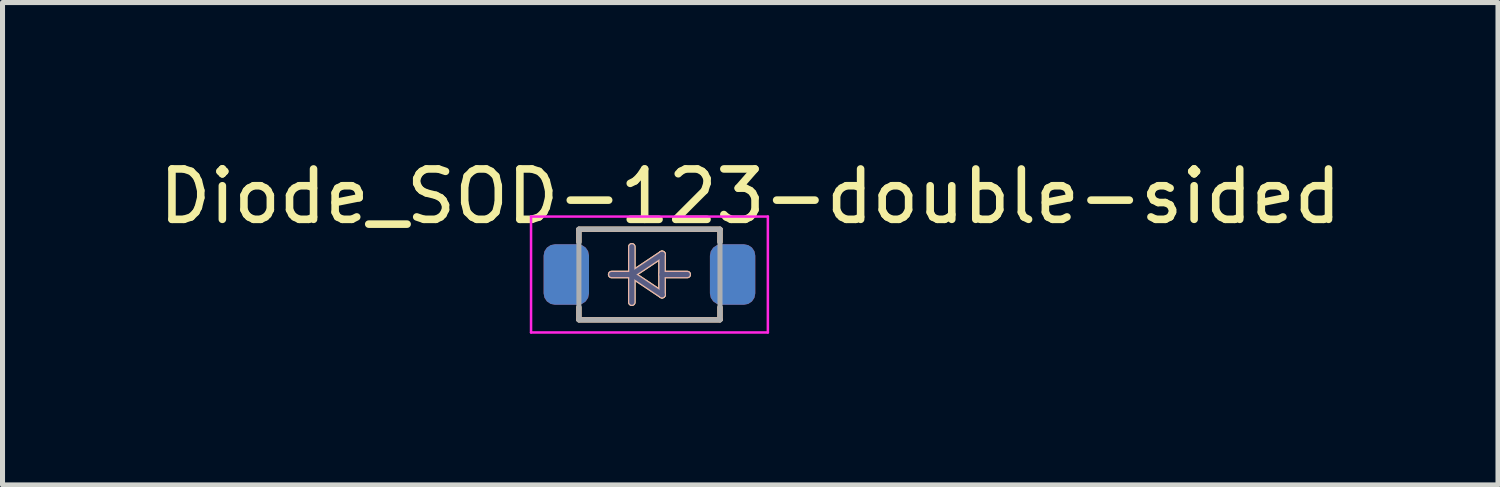
<source format=kicad_pcb>
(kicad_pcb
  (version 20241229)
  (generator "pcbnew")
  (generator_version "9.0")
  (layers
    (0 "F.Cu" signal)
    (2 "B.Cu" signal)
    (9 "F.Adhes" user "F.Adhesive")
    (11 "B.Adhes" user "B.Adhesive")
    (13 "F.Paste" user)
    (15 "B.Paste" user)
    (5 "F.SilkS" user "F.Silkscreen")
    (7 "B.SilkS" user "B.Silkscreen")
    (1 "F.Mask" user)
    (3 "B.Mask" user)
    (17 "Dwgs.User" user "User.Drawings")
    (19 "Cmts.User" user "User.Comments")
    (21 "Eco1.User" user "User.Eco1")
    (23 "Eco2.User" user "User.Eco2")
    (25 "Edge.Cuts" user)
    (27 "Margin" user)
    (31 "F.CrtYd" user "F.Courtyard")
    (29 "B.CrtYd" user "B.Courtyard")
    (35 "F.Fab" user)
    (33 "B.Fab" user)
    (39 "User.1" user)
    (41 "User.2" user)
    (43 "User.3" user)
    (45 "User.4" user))
  (footprint "Diode_SOD-123-double-sided"
    (layer "F.Cu")
    (at 9.839 2.398)
    (property "Reference" "Diode_SOD-123-double-sided" (at 2 -1.55 180) (layer "F.SilkS") (effects (font (size 1 1) (thickness 0.15))))
    (attr smd)
    (fp_line (start -1.4 -0.9) (end 1.4 -0.9) (stroke (width 0.1) (type default)) (layer "F.SilkS"))
    (fp_line (start -1.4 -0.895) (end -1.4 -0.645) (stroke (width 0.1) (type default)) (layer "F.SilkS"))
    (fp_line (start -1.4 0.65) (end -1.4 0.895) (stroke (width 0.1) (type default)) (layer "F.SilkS"))
    (fp_line (start -1.4 0.9) (end 1.4 0.9) (stroke (width 0.1) (type default)) (layer "F.SilkS"))
    (fp_line (start -0.75 0) (end -0.35 0) (stroke (width 0.15) (type solid)) (layer "F.SilkS"))
    (fp_line (start -0.35 0) (end -0.35 -0.55) (stroke (width 0.15) (type solid)) (layer "F.SilkS"))
    (fp_line (start -0.35 0) (end -0.35 0.55) (stroke (width 0.15) (type solid)) (layer "F.SilkS"))
    (fp_line (start -0.35 0) (end 0.25 -0.4) (stroke (width 0.15) (type solid)) (layer "F.SilkS"))
    (fp_line (start 0.25 -0.4) (end 0.25 0.4) (stroke (width 0.15) (type solid)) (layer "F.SilkS"))
    (fp_line (start 0.25 0) (end 0.75 0) (stroke (width 0.15) (type solid)) (layer "F.SilkS"))
    (fp_line (start 0.25 0.4) (end -0.35 0) (stroke (width 0.15) (type solid)) (layer "F.SilkS"))
    (fp_line (start 1.4 -0.895) (end 1.4 -0.645) (stroke (width 0.1) (type default)) (layer "F.SilkS"))
    (fp_line (start 1.4 0.65) (end 1.4 0.895) (stroke (width 0.1) (type default)) (layer "F.SilkS"))
    (fp_line (start -1.4 -0.895) (end -1.4 -0.645) (stroke (width 0.1) (type default)) (layer "B.SilkS"))
    (fp_line (start -1.4 0.65) (end -1.4 0.895) (stroke (width 0.1) (type default)) (layer "B.SilkS"))
    (fp_line (start -0.75 0) (end -0.35 0) (stroke (width 0.15) (type solid)) (layer "B.SilkS"))
    (fp_line (start -0.35 0) (end -0.35 -0.55) (stroke (width 0.15) (type solid)) (layer "B.SilkS"))
    (fp_line (start -0.35 0) (end -0.35 0.55) (stroke (width 0.15) (type solid)) (layer "B.SilkS"))
    (fp_line (start -0.35 0) (end 0.25 0.4) (stroke (width 0.15) (type solid)) (layer "B.SilkS"))
    (fp_line (start 0.25 -0.4) (end -0.35 0) (stroke (width 0.15) (type solid)) (layer "B.SilkS"))
    (fp_line (start 0.25 0) (end 0.75 0) (stroke (width 0.15) (type solid)) (layer "B.SilkS"))
    (fp_line (start 0.25 0.4) (end 0.25 -0.4) (stroke (width 0.15) (type solid)) (layer "B.SilkS"))
    (fp_line (start 1.4 -0.9) (end -1.4 -0.9) (stroke (width 0.1) (type default)) (layer "B.SilkS"))
    (fp_line (start 1.4 -0.895) (end 1.4 -0.645) (stroke (width 0.1) (type default)) (layer "B.SilkS"))
    (fp_line (start 1.4 0.65) (end 1.4 0.895) (stroke (width 0.1) (type default)) (layer "B.SilkS"))
    (fp_line (start 1.4 0.9) (end -1.4 0.9) (stroke (width 0.1) (type default)) (layer "B.SilkS"))
    (fp_line (start -2.35 -1.15) (end -2.35 1.15) (stroke (width 0.05) (type solid)) (layer "F.CrtYd"))
    (fp_line (start -2.35 -1.15) (end 2.35 -1.15) (stroke (width 0.05) (type solid)) (layer "F.CrtYd"))
    (fp_line (start 2.35 -1.15) (end 2.35 1.15) (stroke (width 0.05) (type solid)) (layer "F.CrtYd"))
    (fp_line (start 2.35 1.15) (end -2.35 1.15) (stroke (width 0.05) (type solid)) (layer "F.CrtYd"))
    (fp_line (start -0.75 0) (end -0.35 0) (stroke (width 0.1) (type solid)) (layer "B.Fab"))
    (fp_line (start -0.35 0) (end -0.35 -0.55) (stroke (width 0.1) (type solid)) (layer "B.Fab"))
    (fp_line (start -0.35 0) (end -0.35 0.55) (stroke (width 0.1) (type solid)) (layer "B.Fab"))
    (fp_line (start -0.35 0) (end 0.25 0.4) (stroke (width 0.1) (type solid)) (layer "B.Fab"))
    (fp_line (start 0.25 -0.4) (end -0.35 0) (stroke (width 0.1) (type solid)) (layer "B.Fab"))
    (fp_line (start 0.25 0) (end 0.75 0) (stroke (width 0.1) (type solid)) (layer "B.Fab"))
    (fp_line (start 0.25 0.4) (end 0.25 -0.4) (stroke (width 0.1) (type solid)) (layer "B.Fab"))
    (fp_line (start -1.4 -0.9) (end 1.4 -0.9) (stroke (width 0.1) (type solid)) (layer "F.Fab"))
    (fp_line (start -1.4 0.9) (end -1.4 -0.9) (stroke (width 0.1) (type solid)) (layer "F.Fab"))
    (fp_line (start -0.75 0) (end -0.35 0) (stroke (width 0.1) (type solid)) (layer "F.Fab"))
    (fp_line (start -0.35 0) (end -0.35 -0.55) (stroke (width 0.1) (type solid)) (layer "F.Fab"))
    (fp_line (start -0.35 0) (end -0.35 0.55) (stroke (width 0.1) (type solid)) (layer "F.Fab"))
    (fp_line (start -0.35 0) (end 0.25 -0.4) (stroke (width 0.1) (type solid)) (layer "F.Fab"))
    (fp_line (start 0.25 -0.4) (end 0.25 0.4) (stroke (width 0.1) (type solid)) (layer "F.Fab"))
    (fp_line (start 0.25 0) (end 0.75 0) (stroke (width 0.1) (type solid)) (layer "F.Fab"))
    (fp_line (start 0.25 0.4) (end -0.35 0) (stroke (width 0.1) (type solid)) (layer "F.Fab"))
    (fp_line (start 1.4 -0.9) (end 1.4 0.9) (stroke (width 0.1) (type solid)) (layer "F.Fab"))
    (fp_line (start 1.4 0.9) (end -1.4 0.9) (stroke (width 0.1) (type solid)) (layer "F.Fab"))
    (pad "1" smd roundrect (at -1.65 0) (size 0.9 1.2) (layers "F.Cu" "F.Mask" "F.Paste") (roundrect_rratio 0.25))
    (pad "1" smd roundrect (at 1.65 0) (size 0.9 1.2) (layers "B.Cu" "B.Mask" "B.Paste") (roundrect_rratio 0.25))
    (pad "2" smd roundrect (at -1.65 0) (size 0.9 1.2) (layers "B.Cu" "B.Mask" "B.Paste") (roundrect_rratio 0.25))
    (pad "2" smd roundrect (at 1.65 0) (size 0.9 1.2) (layers "F.Cu" "F.Mask" "F.Paste") (roundrect_rratio 0.25)))
  (gr_rect
    (start -3 -3)
    (end 26.679 6.573)
    (stroke (width 0.1) (type default))
    (fill no)
    (layer "Edge.Cuts")))
</source>
